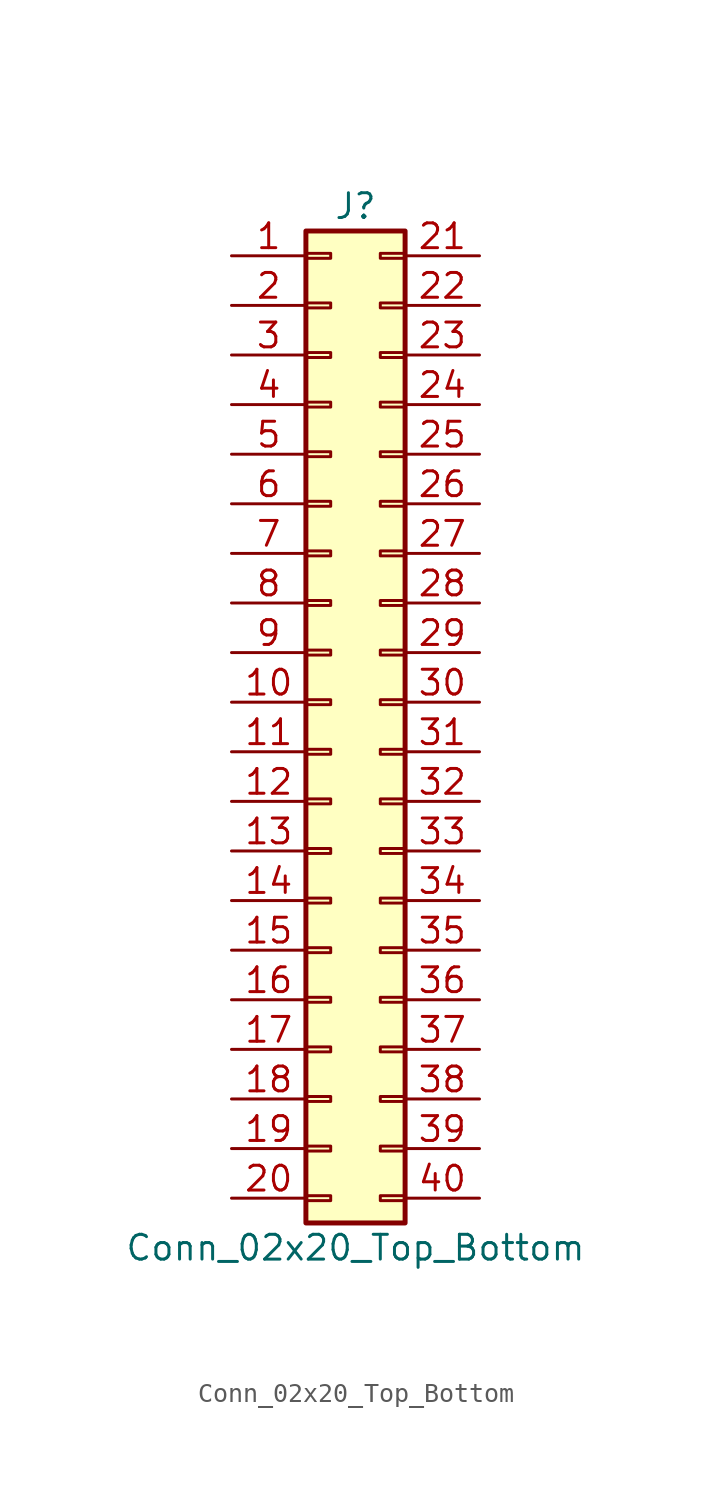
<source format=kicad_sym>
(kicad_symbol_lib
  (version 20220914)
  (generator kicad_symbol_editor)
  (symbol "Conn_02x20_Top_Bottom"
    (pin_names
      (offset 1.016) hide)
    (property "Reference" "J"
      (at 1.27 25.4 0)
      (effects (font (size 1.27 1.27))))
    (property "Value" "Conn_02x20_Top_Bottom"
      (at 1.27 -27.94 0)
      (effects (font (size 1.27 1.27))))
    (symbol "Conn_02x20_Top_Bottom_1_1"
      (rectangle (start -1.27 -25.273) (end 0 -25.527) (stroke (width 0.152) (type solid)) (fill (type none)))
      (rectangle (start -1.27 -22.733) (end 0 -22.987) (stroke (width 0.152) (type solid)) (fill (type none)))
      (rectangle (start -1.27 -20.193) (end 0 -20.447) (stroke (width 0.152) (type solid)) (fill (type none)))
      (rectangle (start -1.27 -17.653) (end 0 -17.907) (stroke (width 0.152) (type solid)) (fill (type none)))
      (rectangle (start -1.27 -15.113) (end 0 -15.367) (stroke (width 0.152) (type solid)) (fill (type none)))
      (rectangle (start -1.27 -12.573) (end 0 -12.827) (stroke (width 0.152) (type solid)) (fill (type none)))
      (rectangle (start -1.27 -10.033) (end 0 -10.287) (stroke (width 0.152) (type solid)) (fill (type none)))
      (rectangle (start -1.27 -7.493) (end 0 -7.747) (stroke (width 0.152) (type solid)) (fill (type none)))
      (rectangle (start -1.27 -4.953) (end 0 -5.207) (stroke (width 0.152) (type solid)) (fill (type none)))
      (rectangle (start -1.27 -2.413) (end 0 -2.667) (stroke (width 0.152) (type solid)) (fill (type none)))
      (rectangle (start -1.27 0.127) (end 0 -0.127) (stroke (width 0.152) (type solid)) (fill (type none)))
      (rectangle (start -1.27 2.667) (end 0 2.413) (stroke (width 0.152) (type solid)) (fill (type none)))
      (rectangle (start -1.27 5.207) (end 0 4.953) (stroke (width 0.152) (type solid)) (fill (type none)))
      (rectangle (start -1.27 7.747) (end 0 7.493) (stroke (width 0.152) (type solid)) (fill (type none)))
      (rectangle (start -1.27 10.287) (end 0 10.033) (stroke (width 0.152) (type solid)) (fill (type none)))
      (rectangle (start -1.27 12.827) (end 0 12.573) (stroke (width 0.152) (type solid)) (fill (type none)))
      (rectangle (start -1.27 15.367) (end 0 15.113) (stroke (width 0.152) (type solid)) (fill (type none)))
      (rectangle (start -1.27 17.907) (end 0 17.653) (stroke (width 0.152) (type solid)) (fill (type none)))
      (rectangle (start -1.27 20.447) (end 0 20.193) (stroke (width 0.152) (type solid)) (fill (type none)))
      (rectangle (start -1.27 22.987) (end 0 22.733) (stroke (width 0.152) (type solid)) (fill (type none)))
      (rectangle (start -1.27 24.13) (end 3.81 -26.67) (stroke (width 0.254) (type solid)) (fill (type background)))
      (rectangle (start 3.81 -25.273) (end 2.54 -25.527) (stroke (width 0.152) (type solid)) (fill (type none)))
      (rectangle (start 3.81 -22.733) (end 2.54 -22.987) (stroke (width 0.152) (type solid)) (fill (type none)))
      (rectangle (start 3.81 -20.193) (end 2.54 -20.447) (stroke (width 0.152) (type solid)) (fill (type none)))
      (rectangle (start 3.81 -17.653) (end 2.54 -17.907) (stroke (width 0.152) (type solid)) (fill (type none)))
      (rectangle (start 3.81 -15.113) (end 2.54 -15.367) (stroke (width 0.152) (type solid)) (fill (type none)))
      (rectangle (start 3.81 -12.573) (end 2.54 -12.827) (stroke (width 0.152) (type solid)) (fill (type none)))
      (rectangle (start 3.81 -10.033) (end 2.54 -10.287) (stroke (width 0.152) (type solid)) (fill (type none)))
      (rectangle (start 3.81 -7.493) (end 2.54 -7.747) (stroke (width 0.152) (type solid)) (fill (type none)))
      (rectangle (start 3.81 -4.953) (end 2.54 -5.207) (stroke (width 0.152) (type solid)) (fill (type none)))
      (rectangle (start 3.81 -2.413) (end 2.54 -2.667) (stroke (width 0.152) (type solid)) (fill (type none)))
      (rectangle (start 3.81 0.127) (end 2.54 -0.127) (stroke (width 0.152) (type solid)) (fill (type none)))
      (rectangle (start 3.81 2.667) (end 2.54 2.413) (stroke (width 0.152) (type solid)) (fill (type none)))
      (rectangle (start 3.81 5.207) (end 2.54 4.953) (stroke (width 0.152) (type solid)) (fill (type none)))
      (rectangle (start 3.81 7.747) (end 2.54 7.493) (stroke (width 0.152) (type solid)) (fill (type none)))
      (rectangle (start 3.81 10.287) (end 2.54 10.033) (stroke (width 0.152) (type solid)) (fill (type none)))
      (rectangle (start 3.81 12.827) (end 2.54 12.573) (stroke (width 0.152) (type solid)) (fill (type none)))
      (rectangle (start 3.81 15.367) (end 2.54 15.113) (stroke (width 0.152) (type solid)) (fill (type none)))
      (rectangle (start 3.81 17.907) (end 2.54 17.653) (stroke (width 0.152) (type solid)) (fill (type none)))
      (rectangle (start 3.81 20.447) (end 2.54 20.193) (stroke (width 0.152) (type solid)) (fill (type none)))
      (rectangle (start 3.81 22.987) (end 2.54 22.733) (stroke (width 0.152) (type solid)) (fill (type none)))
      (pin passive line (at -5.08 22.86 0) (length 3.81) (name "Pin_1" (effects (font (size 1.27 1.27)))) (number "1" (effects (font (size 1.27 1.27)))))
      (pin passive line (at -5.08 0 0) (length 3.81) (name "Pin_10" (effects (font (size 1.27 1.27)))) (number "10" (effects (font (size 1.27 1.27)))))
      (pin passive line (at -5.08 -2.54 0) (length 3.81) (name "Pin_11" (effects (font (size 1.27 1.27)))) (number "11" (effects (font (size 1.27 1.27)))))
      (pin passive line (at -5.08 -5.08 0) (length 3.81) (name "Pin_12" (effects (font (size 1.27 1.27)))) (number "12" (effects (font (size 1.27 1.27)))))
      (pin passive line (at -5.08 -7.62 0) (length 3.81) (name "Pin_13" (effects (font (size 1.27 1.27)))) (number "13" (effects (font (size 1.27 1.27)))))
      (pin passive line (at -5.08 -10.16 0) (length 3.81) (name "Pin_14" (effects (font (size 1.27 1.27)))) (number "14" (effects (font (size 1.27 1.27)))))
      (pin passive line (at -5.08 -12.7 0) (length 3.81) (name "Pin_15" (effects (font (size 1.27 1.27)))) (number "15" (effects (font (size 1.27 1.27)))))
      (pin passive line (at -5.08 -15.24 0) (length 3.81) (name "Pin_16" (effects (font (size 1.27 1.27)))) (number "16" (effects (font (size 1.27 1.27)))))
      (pin passive line (at -5.08 -17.78 0) (length 3.81) (name "Pin_17" (effects (font (size 1.27 1.27)))) (number "17" (effects (font (size 1.27 1.27)))))
      (pin passive line (at -5.08 -20.32 0) (length 3.81) (name "Pin_18" (effects (font (size 1.27 1.27)))) (number "18" (effects (font (size 1.27 1.27)))))
      (pin passive line (at -5.08 -22.86 0) (length 3.81) (name "Pin_19" (effects (font (size 1.27 1.27)))) (number "19" (effects (font (size 1.27 1.27)))))
      (pin passive line (at -5.08 20.32 0) (length 3.81) (name "Pin_2" (effects (font (size 1.27 1.27)))) (number "2" (effects (font (size 1.27 1.27)))))
      (pin passive line (at -5.08 -25.4 0) (length 3.81) (name "Pin_20" (effects (font (size 1.27 1.27)))) (number "20" (effects (font (size 1.27 1.27)))))
      (pin passive line (at 7.62 22.86 180) (length 3.81) (name "Pin_21" (effects (font (size 1.27 1.27)))) (number "21" (effects (font (size 1.27 1.27)))))
      (pin passive line (at 7.62 20.32 180) (length 3.81) (name "Pin_22" (effects (font (size 1.27 1.27)))) (number "22" (effects (font (size 1.27 1.27)))))
      (pin passive line (at 7.62 17.78 180) (length 3.81) (name "Pin_23" (effects (font (size 1.27 1.27)))) (number "23" (effects (font (size 1.27 1.27)))))
      (pin passive line (at 7.62 15.24 180) (length 3.81) (name "Pin_24" (effects (font (size 1.27 1.27)))) (number "24" (effects (font (size 1.27 1.27)))))
      (pin passive line (at 7.62 12.7 180) (length 3.81) (name "Pin_25" (effects (font (size 1.27 1.27)))) (number "25" (effects (font (size 1.27 1.27)))))
      (pin passive line (at 7.62 10.16 180) (length 3.81) (name "Pin_26" (effects (font (size 1.27 1.27)))) (number "26" (effects (font (size 1.27 1.27)))))
      (pin passive line (at 7.62 7.62 180) (length 3.81) (name "Pin_27" (effects (font (size 1.27 1.27)))) (number "27" (effects (font (size 1.27 1.27)))))
      (pin passive line (at 7.62 5.08 180) (length 3.81) (name "Pin_28" (effects (font (size 1.27 1.27)))) (number "28" (effects (font (size 1.27 1.27)))))
      (pin passive line (at 7.62 2.54 180) (length 3.81) (name "Pin_29" (effects (font (size 1.27 1.27)))) (number "29" (effects (font (size 1.27 1.27)))))
      (pin passive line (at -5.08 17.78 0) (length 3.81) (name "Pin_3" (effects (font (size 1.27 1.27)))) (number "3" (effects (font (size 1.27 1.27)))))
      (pin passive line (at 7.62 0 180) (length 3.81) (name "Pin_30" (effects (font (size 1.27 1.27)))) (number "30" (effects (font (size 1.27 1.27)))))
      (pin passive line (at 7.62 -2.54 180) (length 3.81) (name "Pin_31" (effects (font (size 1.27 1.27)))) (number "31" (effects (font (size 1.27 1.27)))))
      (pin passive line (at 7.62 -5.08 180) (length 3.81) (name "Pin_32" (effects (font (size 1.27 1.27)))) (number "32" (effects (font (size 1.27 1.27)))))
      (pin passive line (at 7.62 -7.62 180) (length 3.81) (name "Pin_33" (effects (font (size 1.27 1.27)))) (number "33" (effects (font (size 1.27 1.27)))))
      (pin passive line (at 7.62 -10.16 180) (length 3.81) (name "Pin_34" (effects (font (size 1.27 1.27)))) (number "34" (effects (font (size 1.27 1.27)))))
      (pin passive line (at 7.62 -12.7 180) (length 3.81) (name "Pin_35" (effects (font (size 1.27 1.27)))) (number "35" (effects (font (size 1.27 1.27)))))
      (pin passive line (at 7.62 -15.24 180) (length 3.81) (name "Pin_36" (effects (font (size 1.27 1.27)))) (number "36" (effects (font (size 1.27 1.27)))))
      (pin passive line (at 7.62 -17.78 180) (length 3.81) (name "Pin_37" (effects (font (size 1.27 1.27)))) (number "37" (effects (font (size 1.27 1.27)))))
      (pin passive line (at 7.62 -20.32 180) (length 3.81) (name "Pin_38" (effects (font (size 1.27 1.27)))) (number "38" (effects (font (size 1.27 1.27)))))
      (pin passive line (at 7.62 -22.86 180) (length 3.81) (name "Pin_39" (effects (font (size 1.27 1.27)))) (number "39" (effects (font (size 1.27 1.27)))))
      (pin passive line (at -5.08 15.24 0) (length 3.81) (name "Pin_4" (effects (font (size 1.27 1.27)))) (number "4" (effects (font (size 1.27 1.27)))))
      (pin passive line (at 7.62 -25.4 180) (length 3.81) (name "Pin_40" (effects (font (size 1.27 1.27)))) (number "40" (effects (font (size 1.27 1.27)))))
      (pin passive line (at -5.08 12.7 0) (length 3.81) (name "Pin_5" (effects (font (size 1.27 1.27)))) (number "5" (effects (font (size 1.27 1.27)))))
      (pin passive line (at -5.08 10.16 0) (length 3.81) (name "Pin_6" (effects (font (size 1.27 1.27)))) (number "6" (effects (font (size 1.27 1.27)))))
      (pin passive line (at -5.08 7.62 0) (length 3.81) (name "Pin_7" (effects (font (size 1.27 1.27)))) (number "7" (effects (font (size 1.27 1.27)))))
      (pin passive line (at -5.08 5.08 0) (length 3.81) (name "Pin_8" (effects (font (size 1.27 1.27)))) (number "8" (effects (font (size 1.27 1.27)))))
      (pin passive line (at -5.08 2.54 0) (length 3.81) (name "Pin_9" (effects (font (size 1.27 1.27)))) (number "9" (effects (font (size 1.27 1.27))))))))
</source>
